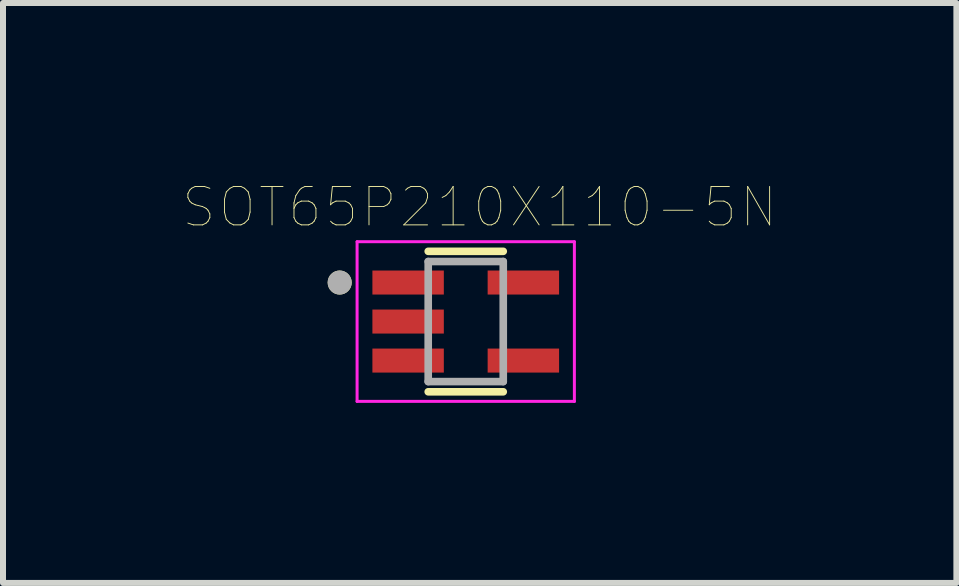
<source format=kicad_pcb>
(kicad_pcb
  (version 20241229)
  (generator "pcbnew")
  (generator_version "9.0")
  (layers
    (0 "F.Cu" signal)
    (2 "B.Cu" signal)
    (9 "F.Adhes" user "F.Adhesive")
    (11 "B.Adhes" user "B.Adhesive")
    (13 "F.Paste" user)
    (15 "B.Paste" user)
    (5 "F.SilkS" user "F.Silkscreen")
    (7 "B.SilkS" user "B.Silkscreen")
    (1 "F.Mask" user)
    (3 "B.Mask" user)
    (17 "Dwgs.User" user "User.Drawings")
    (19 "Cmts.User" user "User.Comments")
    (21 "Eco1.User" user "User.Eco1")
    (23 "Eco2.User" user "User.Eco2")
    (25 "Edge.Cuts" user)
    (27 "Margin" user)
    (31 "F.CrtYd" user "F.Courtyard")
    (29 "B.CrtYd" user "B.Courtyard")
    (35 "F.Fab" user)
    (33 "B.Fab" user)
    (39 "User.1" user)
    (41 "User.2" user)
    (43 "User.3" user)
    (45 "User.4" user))
  (footprint "SOT65P210X110-5N"
    (layer "F.Cu")
    (at 4.709 2.307)
    (property "Reference" "SOT65P210X110-5N" (at 0.232 -1.906 0) (layer "F.SilkS") (effects (font (size 0.64 0.64) (thickness 0.015))))
    (attr through_hole)
    (fp_line (start -0.625 -1.17) (end 0.625 -1.17) (stroke (width 0.127) (type solid)) (layer "F.SilkS"))
    (fp_line (start 0.625 1.17) (end -0.625 1.17) (stroke (width 0.127) (type solid)) (layer "F.SilkS"))
    (fp_circle (center -2.1 -0.65) (end -2 -0.65) (stroke (width 0.2) (type solid)) (fill no) (layer "F.SilkS"))
    (fp_line (start -1.81 -1.33) (end 1.81 -1.33) (stroke (width 0.05) (type solid)) (layer "F.CrtYd"))
    (fp_line (start -1.81 1.33) (end -1.81 -1.33) (stroke (width 0.05) (type solid)) (layer "F.CrtYd"))
    (fp_line (start 1.81 -1.33) (end 1.81 1.33) (stroke (width 0.05) (type solid)) (layer "F.CrtYd"))
    (fp_line (start 1.81 1.33) (end -1.81 1.33) (stroke (width 0.05) (type solid)) (layer "F.CrtYd"))
    (fp_line (start -0.625 -1) (end 0.625 -1) (stroke (width 0.127) (type solid)) (layer "F.Fab"))
    (fp_line (start -0.625 1) (end -0.625 -1) (stroke (width 0.127) (type solid)) (layer "F.Fab"))
    (fp_line (start 0.625 -1) (end 0.625 1) (stroke (width 0.127) (type solid)) (layer "F.Fab"))
    (fp_line (start 0.625 1) (end -0.625 1) (stroke (width 0.127) (type solid)) (layer "F.Fab"))
    (fp_circle (center -2.1 -0.65) (end -2 -0.65) (stroke (width 0.2) (type solid)) (fill no) (layer "F.Fab"))
    (pad "1" smd rect (at -0.96 -0.65) (size 1.19 0.4) (layers "F.Cu" "F.Mask" "F.Paste"))
    (pad "2" smd rect (at -0.96 0) (size 1.19 0.4) (layers "F.Cu" "F.Mask" "F.Paste"))
    (pad "3" smd rect (at -0.96 0.65) (size 1.19 0.4) (layers "F.Cu" "F.Mask" "F.Paste"))
    (pad "4" smd rect (at 0.96 0.65) (size 1.19 0.4) (layers "F.Cu" "F.Mask" "F.Paste"))
    (pad "5" smd rect (at 0.96 -0.65) (size 1.19 0.4) (layers "F.Cu" "F.Mask" "F.Paste")))
  (gr_rect
    (start -3 -3)
    (end 12.883 6.662)
    (stroke (width 0.1) (type default))
    (fill no)
    (layer "Edge.Cuts")))
</source>
